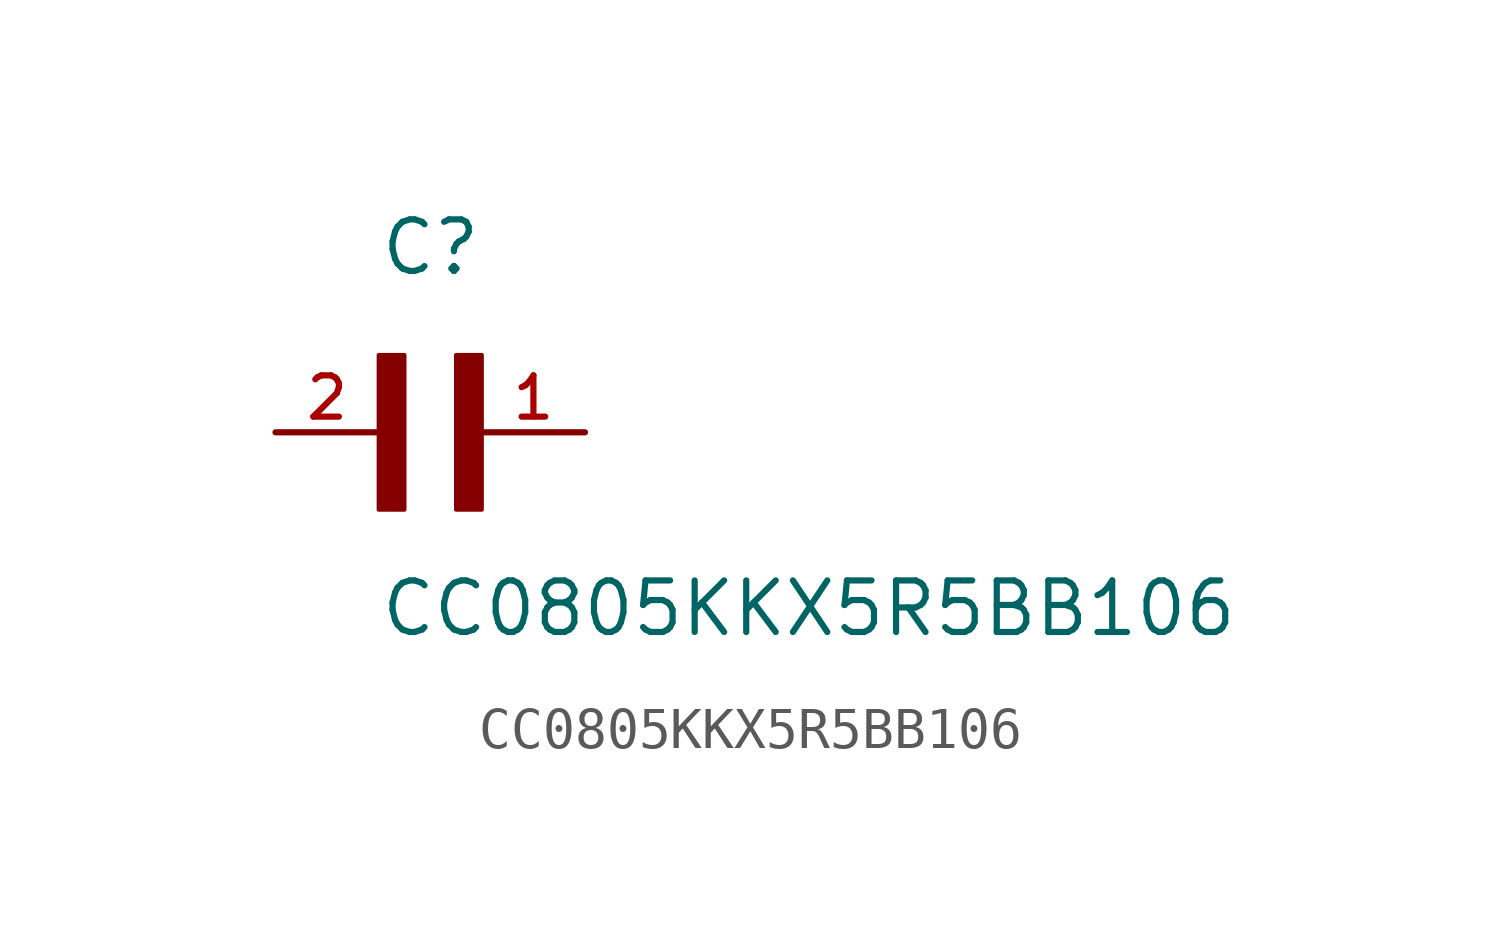
<source format=kicad_sym>
(kicad_symbol_lib
  (version 20211014)
  (generator kicad_symbol_editor)
  (symbol "CC0805KKX5R5BB106"
    (pin_names
      (offset 1.016))
    (property "Reference" "C"
      (at 0.0 3.81 0)
      (effects (font (size 1.27 1.27)) (justify bottom left)))
    (property "Value" "CC0805KKX5R5BB106"
      (at 0.0 -5.08 0)
      (effects (font (size 1.27 1.27)) (justify bottom left)))
    (symbol "CC0805KKX5R5BB106_0_0"
      (rectangle (start 0.0 -1.905) (end 0.635 1.905) (stroke (width 0.1)) (fill (type outline)))
      (rectangle (start 1.905 -1.905) (end 2.54 1.905) (stroke (width 0.1)) (fill (type outline)))
      (pin passive line (at 5.08 0.0 180.0) (length 2.54) (name "~" (effects (font (size 1.016 1.016)))) (number "1" (effects (font (size 1.016 1.016)))))
      (pin passive line (at -2.54 0.0 0) (length 2.54) (name "~" (effects (font (size 1.016 1.016)))) (number "2" (effects (font (size 1.016 1.016))))))))
</source>
